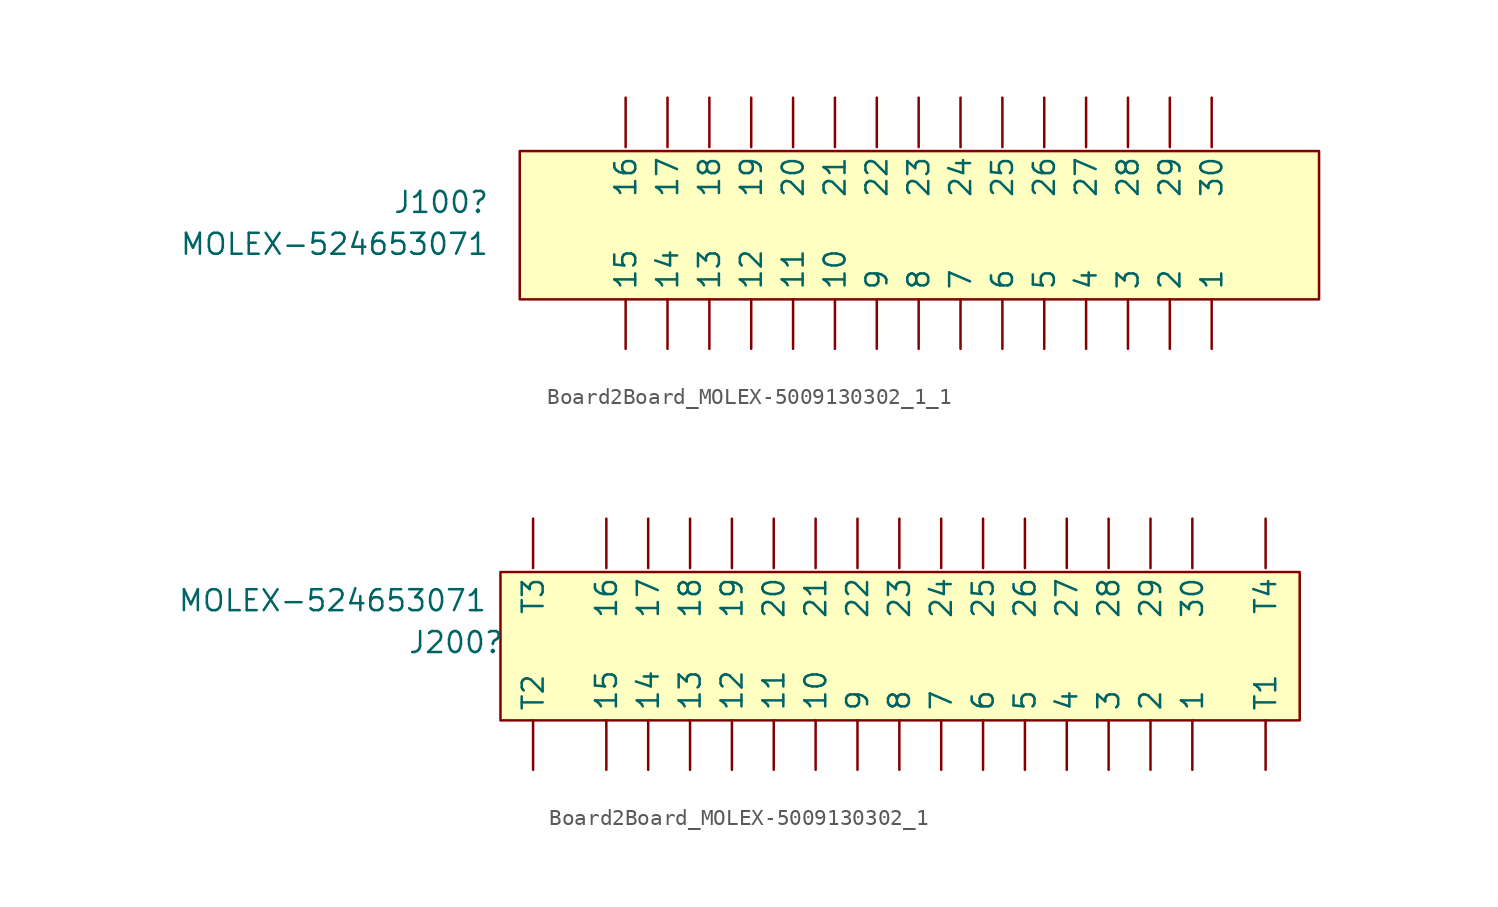
<source format=kicad_sym>
(kicad_symbol_lib
  (version 20220914)
  (generator kicad_symbol_editor)
  (symbol "Board2Board_MOLEX-5009130302_1_1"
    (property "Reference" "J100"
      (at -36.83 8.89 0)
      (effects (font (size 1.27 1.27)) (justify right)))
    (property "Value" "MOLEX-524653071"
      (at -36.83 6.35 0)
      (effects (font (size 1.27 1.27)) (justify right)))
    (symbol "Board2Board_MOLEX-5009130302_1_1_1_0"
      (rectangle (start -34.999 12) (end 13.5 3) (stroke (width 0) (type solid)) (fill (type background)))
      (pin passive line (at 6.985 0 90) (length 3) (name "1" (effects (font (size 1.27 1.27)))) (number "1" (effects (font (size 0 0)))))
      (pin passive line (at -15.875 0 90) (length 3) (name "10" (effects (font (size 1.27 1.27)))) (number "10" (effects (font (size 0 0)))))
      (pin passive line (at -18.415 0 90) (length 3) (name "11" (effects (font (size 1.27 1.27)))) (number "11" (effects (font (size 0 0)))))
      (pin passive line (at -20.955 0 90) (length 3) (name "12" (effects (font (size 1.27 1.27)))) (number "12" (effects (font (size 0 0)))))
      (pin passive line (at -23.495 0 90) (length 3) (name "13" (effects (font (size 1.27 1.27)))) (number "13" (effects (font (size 0 0)))))
      (pin passive line (at -26.035 0 90) (length 3) (name "14" (effects (font (size 1.27 1.27)))) (number "14" (effects (font (size 0 0)))))
      (pin passive line (at -28.575 0 90) (length 3) (name "15" (effects (font (size 1.27 1.27)))) (number "15" (effects (font (size 0 0)))))
      (pin passive line (at -28.575 15.24 270) (length 3) (name "16" (effects (font (size 1.27 1.27)))) (number "16" (effects (font (size 0 0)))))
      (pin passive line (at -26.035 15.24 270) (length 3) (name "17" (effects (font (size 1.27 1.27)))) (number "17" (effects (font (size 0 0)))))
      (pin passive line (at -23.495 15.24 270) (length 3) (name "18" (effects (font (size 1.27 1.27)))) (number "18" (effects (font (size 0 0)))))
      (pin passive line (at -20.955 15.24 270) (length 3) (name "19" (effects (font (size 1.27 1.27)))) (number "19" (effects (font (size 0 0)))))
      (pin passive line (at 4.445 0 90) (length 3) (name "2" (effects (font (size 1.27 1.27)))) (number "2" (effects (font (size 0 0)))))
      (pin passive line (at -18.415 15.24 270) (length 3) (name "20" (effects (font (size 1.27 1.27)))) (number "20" (effects (font (size 0 0)))))
      (pin passive line (at -15.875 15.24 270) (length 3) (name "21" (effects (font (size 1.27 1.27)))) (number "21" (effects (font (size 0 0)))))
      (pin passive line (at -13.335 15.24 270) (length 3) (name "22" (effects (font (size 1.27 1.27)))) (number "22" (effects (font (size 0 0)))))
      (pin passive line (at -10.795 15.24 270) (length 3) (name "23" (effects (font (size 1.27 1.27)))) (number "23" (effects (font (size 0 0)))))
      (pin passive line (at -8.255 15.24 270) (length 3) (name "24" (effects (font (size 1.27 1.27)))) (number "24" (effects (font (size 0 0)))))
      (pin passive line (at -5.715 15.24 270) (length 3) (name "25" (effects (font (size 1.27 1.27)))) (number "25" (effects (font (size 0 0)))))
      (pin passive line (at -3.175 15.24 270) (length 3) (name "26" (effects (font (size 1.27 1.27)))) (number "26" (effects (font (size 0 0)))))
      (pin passive line (at -0.635 15.24 270) (length 3) (name "27" (effects (font (size 1.27 1.27)))) (number "27" (effects (font (size 0 0)))))
      (pin passive line (at 1.905 15.24 270) (length 3) (name "28" (effects (font (size 1.27 1.27)))) (number "28" (effects (font (size 0 0)))))
      (pin passive line (at 4.445 15.24 270) (length 3) (name "29" (effects (font (size 1.27 1.27)))) (number "29" (effects (font (size 0 0)))))
      (pin passive line (at 1.905 0 90) (length 3) (name "3" (effects (font (size 1.27 1.27)))) (number "3" (effects (font (size 0 0)))))
      (pin passive line (at 6.985 15.24 270) (length 3) (name "30" (effects (font (size 1.27 1.27)))) (number "30" (effects (font (size 0 0)))))
      (pin passive line (at -0.635 0 90) (length 3) (name "4" (effects (font (size 1.27 1.27)))) (number "4" (effects (font (size 0 0)))))
      (pin passive line (at -3.175 0 90) (length 3) (name "5" (effects (font (size 1.27 1.27)))) (number "5" (effects (font (size 0 0)))))
      (pin passive line (at -5.715 0 90) (length 3) (name "6" (effects (font (size 1.27 1.27)))) (number "6" (effects (font (size 0 0)))))
      (pin passive line (at -8.255 0 90) (length 3) (name "7" (effects (font (size 1.27 1.27)))) (number "7" (effects (font (size 0 0)))))
      (pin passive line (at -10.795 0 90) (length 3) (name "8" (effects (font (size 1.27 1.27)))) (number "8" (effects (font (size 0 0)))))
      (pin passive line (at -13.335 0 90) (length 3) (name "9" (effects (font (size 1.27 1.27)))) (number "9" (effects (font (size 0 0)))))))
  (symbol "Board2Board_MOLEX-5009130302_1"
    (property "Reference" "J200"
      (at -40.64 6.985 0)
      (effects (font (size 1.27 1.27)) (justify left bottom)))
    (property "Value" "MOLEX-524653071"
      (at -54.61 9.525 0)
      (effects (font (size 1.27 1.27)) (justify left bottom)))
    (symbol "Board2Board_MOLEX-5009130302_1_1_0"
      (rectangle (start 13.5 12) (end -34.999 3) (stroke (width 0) (type solid)) (fill (type background)))
      (pin passive line (at 6.985 0 90) (length 3) (name "1" (effects (font (size 1.27 1.27)))) (number "1" (effects (font (size 0 0)))))
      (pin passive line (at -15.875 0 90) (length 3) (name "10" (effects (font (size 1.27 1.27)))) (number "10" (effects (font (size 0 0)))))
      (pin passive line (at -18.415 0 90) (length 3) (name "11" (effects (font (size 1.27 1.27)))) (number "11" (effects (font (size 0 0)))))
      (pin passive line (at -20.955 0 90) (length 3) (name "12" (effects (font (size 1.27 1.27)))) (number "12" (effects (font (size 0 0)))))
      (pin passive line (at -23.495 0 90) (length 3) (name "13" (effects (font (size 1.27 1.27)))) (number "13" (effects (font (size 0 0)))))
      (pin passive line (at -26.035 0 90) (length 3) (name "14" (effects (font (size 1.27 1.27)))) (number "14" (effects (font (size 0 0)))))
      (pin passive line (at -28.575 0 90) (length 3) (name "15" (effects (font (size 1.27 1.27)))) (number "15" (effects (font (size 0 0)))))
      (pin passive line (at -28.575 15.24 270) (length 3) (name "16" (effects (font (size 1.27 1.27)))) (number "16" (effects (font (size 0 0)))))
      (pin passive line (at -26.035 15.24 270) (length 3) (name "17" (effects (font (size 1.27 1.27)))) (number "17" (effects (font (size 0 0)))))
      (pin passive line (at -23.495 15.24 270) (length 3) (name "18" (effects (font (size 1.27 1.27)))) (number "18" (effects (font (size 0 0)))))
      (pin passive line (at -20.955 15.24 270) (length 3) (name "19" (effects (font (size 1.27 1.27)))) (number "19" (effects (font (size 0 0)))))
      (pin passive line (at 4.445 0 90) (length 3) (name "2" (effects (font (size 1.27 1.27)))) (number "2" (effects (font (size 0 0)))))
      (pin passive line (at -18.415 15.24 270) (length 3) (name "20" (effects (font (size 1.27 1.27)))) (number "20" (effects (font (size 0 0)))))
      (pin passive line (at -15.875 15.24 270) (length 3) (name "21" (effects (font (size 1.27 1.27)))) (number "21" (effects (font (size 0 0)))))
      (pin passive line (at -13.335 15.24 270) (length 3) (name "22" (effects (font (size 1.27 1.27)))) (number "22" (effects (font (size 0 0)))))
      (pin passive line (at -10.795 15.24 270) (length 3) (name "23" (effects (font (size 1.27 1.27)))) (number "23" (effects (font (size 0 0)))))
      (pin passive line (at -8.255 15.24 270) (length 3) (name "24" (effects (font (size 1.27 1.27)))) (number "24" (effects (font (size 0 0)))))
      (pin passive line (at -5.715 15.24 270) (length 3) (name "25" (effects (font (size 1.27 1.27)))) (number "25" (effects (font (size 0 0)))))
      (pin passive line (at -3.175 15.24 270) (length 3) (name "26" (effects (font (size 1.27 1.27)))) (number "26" (effects (font (size 0 0)))))
      (pin passive line (at -0.635 15.24 270) (length 3) (name "27" (effects (font (size 1.27 1.27)))) (number "27" (effects (font (size 0 0)))))
      (pin passive line (at 1.905 15.24 270) (length 3) (name "28" (effects (font (size 1.27 1.27)))) (number "28" (effects (font (size 0 0)))))
      (pin passive line (at 4.445 15.24 270) (length 3) (name "29" (effects (font (size 1.27 1.27)))) (number "29" (effects (font (size 0 0)))))
      (pin passive line (at 1.905 0 90) (length 3) (name "3" (effects (font (size 1.27 1.27)))) (number "3" (effects (font (size 0 0)))))
      (pin passive line (at 6.985 15.24 270) (length 3) (name "30" (effects (font (size 1.27 1.27)))) (number "30" (effects (font (size 0 0)))))
      (pin passive line (at -0.635 0 90) (length 3) (name "4" (effects (font (size 1.27 1.27)))) (number "4" (effects (font (size 0 0)))))
      (pin passive line (at -3.175 0 90) (length 3) (name "5" (effects (font (size 1.27 1.27)))) (number "5" (effects (font (size 0 0)))))
      (pin passive line (at -5.715 0 90) (length 3) (name "6" (effects (font (size 1.27 1.27)))) (number "6" (effects (font (size 0 0)))))
      (pin passive line (at -8.255 0 90) (length 3) (name "7" (effects (font (size 1.27 1.27)))) (number "7" (effects (font (size 0 0)))))
      (pin passive line (at -10.795 0 90) (length 3) (name "8" (effects (font (size 1.27 1.27)))) (number "8" (effects (font (size 0 0)))))
      (pin passive line (at -13.335 0 90) (length 3) (name "9" (effects (font (size 1.27 1.27)))) (number "9" (effects (font (size 0 0)))))
      (pin passive line (at 11.43 0 90) (length 3) (name "T1" (effects (font (size 1.27 1.27)))) (number "T1" (effects (font (size 0 0)))))
      (pin passive line (at -33.02 0 90) (length 3) (name "T2" (effects (font (size 1.27 1.27)))) (number "T2" (effects (font (size 0 0)))))
      (pin passive line (at -33.02 15.24 270) (length 3) (name "T3" (effects (font (size 1.27 1.27)))) (number "T3" (effects (font (size 0 0)))))
      (pin passive line (at 11.43 15.24 270) (length 3) (name "T4" (effects (font (size 1.27 1.27)))) (number "T4" (effects (font (size 0 0))))))))
</source>
